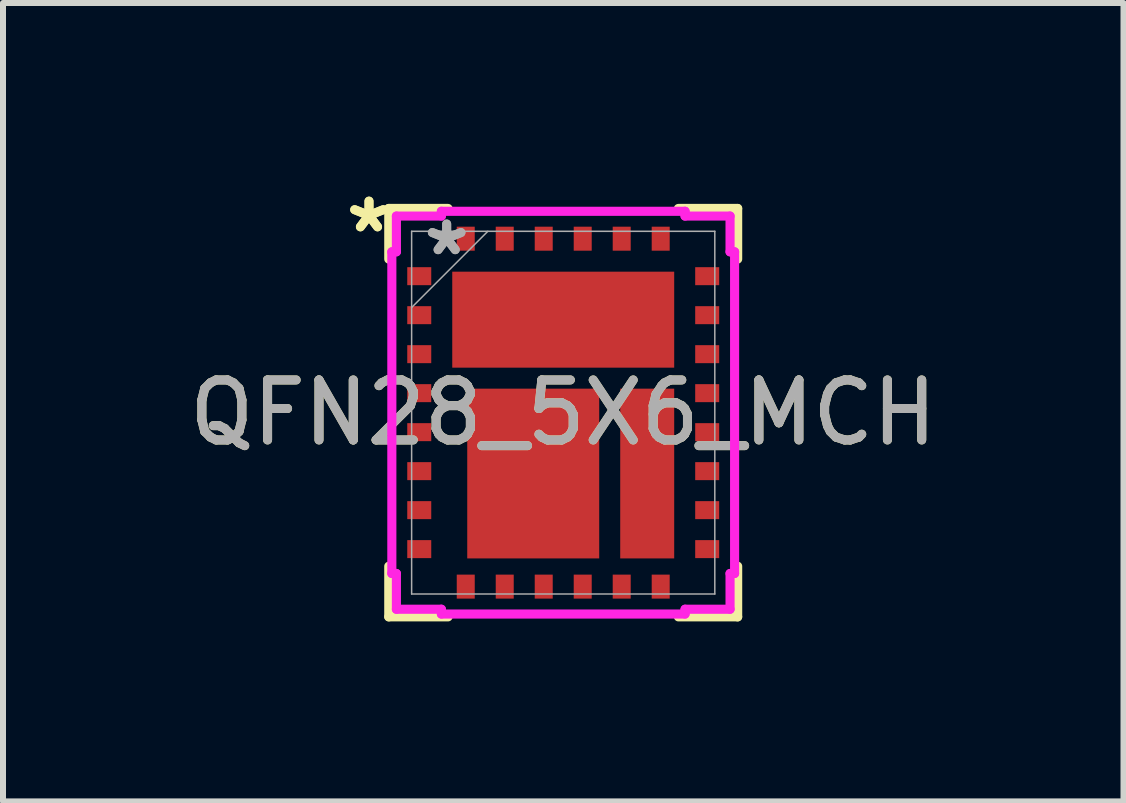
<source format=kicad_pcb>
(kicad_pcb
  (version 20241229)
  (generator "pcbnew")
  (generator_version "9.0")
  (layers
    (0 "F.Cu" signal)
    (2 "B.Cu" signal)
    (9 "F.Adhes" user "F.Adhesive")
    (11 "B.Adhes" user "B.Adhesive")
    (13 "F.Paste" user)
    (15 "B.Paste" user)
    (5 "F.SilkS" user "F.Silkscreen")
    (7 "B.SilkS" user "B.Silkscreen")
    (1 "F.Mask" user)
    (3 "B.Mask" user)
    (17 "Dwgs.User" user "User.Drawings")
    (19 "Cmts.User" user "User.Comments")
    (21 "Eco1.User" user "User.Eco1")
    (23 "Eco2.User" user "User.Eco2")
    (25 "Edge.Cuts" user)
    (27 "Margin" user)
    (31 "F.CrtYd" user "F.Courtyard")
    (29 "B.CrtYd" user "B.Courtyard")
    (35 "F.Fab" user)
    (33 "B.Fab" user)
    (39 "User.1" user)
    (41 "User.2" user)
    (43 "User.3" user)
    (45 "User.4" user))
  (footprint "QFN28_5X6_MCH"
    (layer "F.Cu")
    (at 6.339 3.829)
    (property "Reference" "QFN28_5X6_MCH" (at 0 0 0) (unlocked yes) (layer "F.SilkS") (effects (font (size 1 1) (thickness 0.15))))
    (attr smd)
    (fp_line (start -2.908 -3.404) (end -2.908 -2.56) (stroke (width 0.152) (type solid)) (layer "F.SilkS"))
    (fp_line (start -2.908 2.56) (end -2.908 3.404) (stroke (width 0.152) (type solid)) (layer "F.SilkS"))
    (fp_line (start -2.908 3.404) (end -1.92 3.404) (stroke (width 0.152) (type solid)) (layer "F.SilkS"))
    (fp_line (start -1.92 -3.404) (end -2.908 -3.404) (stroke (width 0.152) (type solid)) (layer "F.SilkS"))
    (fp_line (start 1.92 3.404) (end 2.908 3.404) (stroke (width 0.152) (type solid)) (layer "F.SilkS"))
    (fp_line (start 2.908 -3.404) (end 1.92 -3.404) (stroke (width 0.152) (type solid)) (layer "F.SilkS"))
    (fp_line (start 2.908 -2.56) (end 2.908 -3.404) (stroke (width 0.152) (type solid)) (layer "F.SilkS"))
    (fp_line (start 2.908 3.404) (end 2.908 2.56) (stroke (width 0.152) (type solid)) (layer "F.SilkS"))
    (fp_line (start -2.857 -2.681) (end -2.781 -2.681) (stroke (width 0.152) (type solid)) (layer "F.CrtYd"))
    (fp_line (start -2.857 2.681) (end -2.857 -2.681) (stroke (width 0.152) (type solid)) (layer "F.CrtYd"))
    (fp_line (start -2.781 -3.277) (end -2.031 -3.277) (stroke (width 0.152) (type solid)) (layer "F.CrtYd"))
    (fp_line (start -2.781 -2.681) (end -2.781 -3.277) (stroke (width 0.152) (type solid)) (layer "F.CrtYd"))
    (fp_line (start -2.781 2.681) (end -2.857 2.681) (stroke (width 0.152) (type solid)) (layer "F.CrtYd"))
    (fp_line (start -2.781 3.277) (end -2.781 2.681) (stroke (width 0.152) (type solid)) (layer "F.CrtYd"))
    (fp_line (start -2.031 -3.357) (end 2.031 -3.357) (stroke (width 0.152) (type solid)) (layer "F.CrtYd"))
    (fp_line (start -2.031 -3.277) (end -2.031 -3.357) (stroke (width 0.152) (type solid)) (layer "F.CrtYd"))
    (fp_line (start -2.031 3.277) (end -2.781 3.277) (stroke (width 0.152) (type solid)) (layer "F.CrtYd"))
    (fp_line (start -2.031 3.357) (end -2.031 3.277) (stroke (width 0.152) (type solid)) (layer "F.CrtYd"))
    (fp_line (start 2.031 -3.357) (end 2.031 -3.277) (stroke (width 0.152) (type solid)) (layer "F.CrtYd"))
    (fp_line (start 2.031 -3.277) (end 2.781 -3.277) (stroke (width 0.152) (type solid)) (layer "F.CrtYd"))
    (fp_line (start 2.031 3.277) (end 2.031 3.357) (stroke (width 0.152) (type solid)) (layer "F.CrtYd"))
    (fp_line (start 2.031 3.357) (end -2.031 3.357) (stroke (width 0.152) (type solid)) (layer "F.CrtYd"))
    (fp_line (start 2.781 -3.277) (end 2.781 -2.681) (stroke (width 0.152) (type solid)) (layer "F.CrtYd"))
    (fp_line (start 2.781 -2.681) (end 2.857 -2.681) (stroke (width 0.152) (type solid)) (layer "F.CrtYd"))
    (fp_line (start 2.781 2.681) (end 2.781 3.277) (stroke (width 0.152) (type solid)) (layer "F.CrtYd"))
    (fp_line (start 2.781 3.277) (end 2.031 3.277) (stroke (width 0.152) (type solid)) (layer "F.CrtYd"))
    (fp_line (start 2.857 -2.681) (end 2.857 2.681) (stroke (width 0.152) (type solid)) (layer "F.CrtYd"))
    (fp_line (start 2.857 2.681) (end 2.781 2.681) (stroke (width 0.152) (type solid)) (layer "F.CrtYd"))
    (fp_line (start -2.527 -3.023) (end -2.527 3.023) (stroke (width 0.025) (type solid)) (layer "F.Fab"))
    (fp_line (start -2.527 -1.753) (end -1.257 -3.023) (stroke (width 0.025) (type solid)) (layer "F.Fab"))
    (fp_line (start -2.527 3.023) (end 2.527 3.023) (stroke (width 0.025) (type solid)) (layer "F.Fab"))
    (fp_line (start 2.527 -3.023) (end -2.527 -3.023) (stroke (width 0.025) (type solid)) (layer "F.Fab"))
    (fp_line (start 2.527 3.023) (end 2.527 -3.023) (stroke (width 0.025) (type solid)) (layer "F.Fab"))
    (fp_text user "*" (at -3.238 -2.981 0) (layer "F.SilkS") (effects (font (size 1 1) (thickness 0.15))))
    (fp_text user "*" (at -3.238 -2.981 0) (unlocked yes) (layer "F.SilkS") (effects (font (size 1 1) (thickness 0.15))))
    (fp_text user "*" (at -1.943 -2.6 0) (layer "F.Fab") (effects (font (size 1 1) (thickness 0.15))))
    (fp_text user "${REFERENCE}" (at 0 0 0) (unlocked yes) (layer "F.Fab") (effects (font (size 1 1) (thickness 0.15))))
    (fp_text user "*" (at -1.943 -2.6 0) (unlocked yes) (layer "F.Fab") (effects (font (size 1 1) (thickness 0.15))))
    (pad "1" smd rect (at -2.4 -2.275 90) (size 0.3 0.4) (layers "F.Cu" "F.Mask" "F.Paste"))
    (pad "2" smd rect (at -2.4 -1.625 90) (size 0.3 0.4) (layers "F.Cu" "F.Mask" "F.Paste"))
    (pad "3" smd rect (at -2.4 -0.975 90) (size 0.3 0.4) (layers "F.Cu" "F.Mask" "F.Paste"))
    (pad "4" smd rect (at -2.4 -0.325 90) (size 0.3 0.4) (layers "F.Cu" "F.Mask" "F.Paste"))
    (pad "5" smd rect (at -2.4 0.325 90) (size 0.3 0.4) (layers "F.Cu" "F.Mask" "F.Paste"))
    (pad "6" smd rect (at -2.4 0.975 90) (size 0.3 0.4) (layers "F.Cu" "F.Mask" "F.Paste"))
    (pad "7" smd rect (at -2.4 1.625 90) (size 0.3 0.4) (layers "F.Cu" "F.Mask" "F.Paste"))
    (pad "8" smd rect (at -2.4 2.275 90) (size 0.3 0.4) (layers "F.Cu" "F.Mask" "F.Paste"))
    (pad "9" smd rect (at -1.625 2.9) (size 0.3 0.4) (layers "F.Cu" "F.Mask" "F.Paste"))
    (pad "10" smd rect (at -0.975 2.9) (size 0.3 0.4) (layers "F.Cu" "F.Mask" "F.Paste"))
    (pad "11" smd rect (at -0.325 2.9) (size 0.3 0.4) (layers "F.Cu" "F.Mask" "F.Paste"))
    (pad "12" smd rect (at 0.325 2.9) (size 0.3 0.4) (layers "F.Cu" "F.Mask" "F.Paste"))
    (pad "13" smd rect (at 0.975 2.9) (size 0.3 0.4) (layers "F.Cu" "F.Mask" "F.Paste"))
    (pad "14" smd rect (at 1.625 2.9) (size 0.3 0.4) (layers "F.Cu" "F.Mask" "F.Paste"))
    (pad "15" smd rect (at 2.4 2.275 90) (size 0.3 0.4) (layers "F.Cu" "F.Mask" "F.Paste"))
    (pad "16" smd rect (at 2.4 1.625 90) (size 0.3 0.4) (layers "F.Cu" "F.Mask" "F.Paste"))
    (pad "17" smd rect (at 2.4 0.975 90) (size 0.3 0.4) (layers "F.Cu" "F.Mask" "F.Paste"))
    (pad "18" smd rect (at 2.4 0.325 90) (size 0.3 0.4) (layers "F.Cu" "F.Mask" "F.Paste"))
    (pad "19" smd rect (at 2.4 -0.325 90) (size 0.3 0.4) (layers "F.Cu" "F.Mask" "F.Paste"))
    (pad "20" smd rect (at 2.4 -0.975 90) (size 0.3 0.4) (layers "F.Cu" "F.Mask" "F.Paste"))
    (pad "21" smd rect (at 2.4 -1.625 90) (size 0.3 0.4) (layers "F.Cu" "F.Mask" "F.Paste"))
    (pad "22" smd rect (at 2.4 -2.275 90) (size 0.3 0.4) (layers "F.Cu" "F.Mask" "F.Paste"))
    (pad "23" smd rect (at 1.625 -2.9) (size 0.3 0.4) (layers "F.Cu" "F.Mask" "F.Paste"))
    (pad "24" smd rect (at 0.975 -2.9) (size 0.3 0.4) (layers "F.Cu" "F.Mask" "F.Paste"))
    (pad "25" smd rect (at 0.325 -2.9) (size 0.3 0.4) (layers "F.Cu" "F.Mask" "F.Paste"))
    (pad "26" smd rect (at -0.325 -2.9) (size 0.3 0.4) (layers "F.Cu" "F.Mask" "F.Paste"))
    (pad "27" smd rect (at -0.975 -2.9) (size 0.3 0.4) (layers "F.Cu" "F.Mask" "F.Paste"))
    (pad "28" smd rect (at -1.625 -2.9) (size 0.3 0.4) (layers "F.Cu" "F.Mask" "F.Paste"))
    (pad "29" smd rect (at 0 -1.55) (size 3.7 1.6) (layers "F.Cu" "F.Mask" "F.Paste"))
    (pad "30" smd rect (at -0.5 1.015) (size 2.2 2.83) (layers "F.Cu" "F.Mask" "F.Paste"))
    (pad "31" smd rect (at 1.4 1.015) (size 0.9 2.83) (layers "F.Cu" "F.Mask" "F.Paste")))
  (gr_rect
    (start -3 -3)
    (end 15.679 10.309)
    (stroke (width 0.1) (type default))
    (fill no)
    (layer "Edge.Cuts")))
</source>
